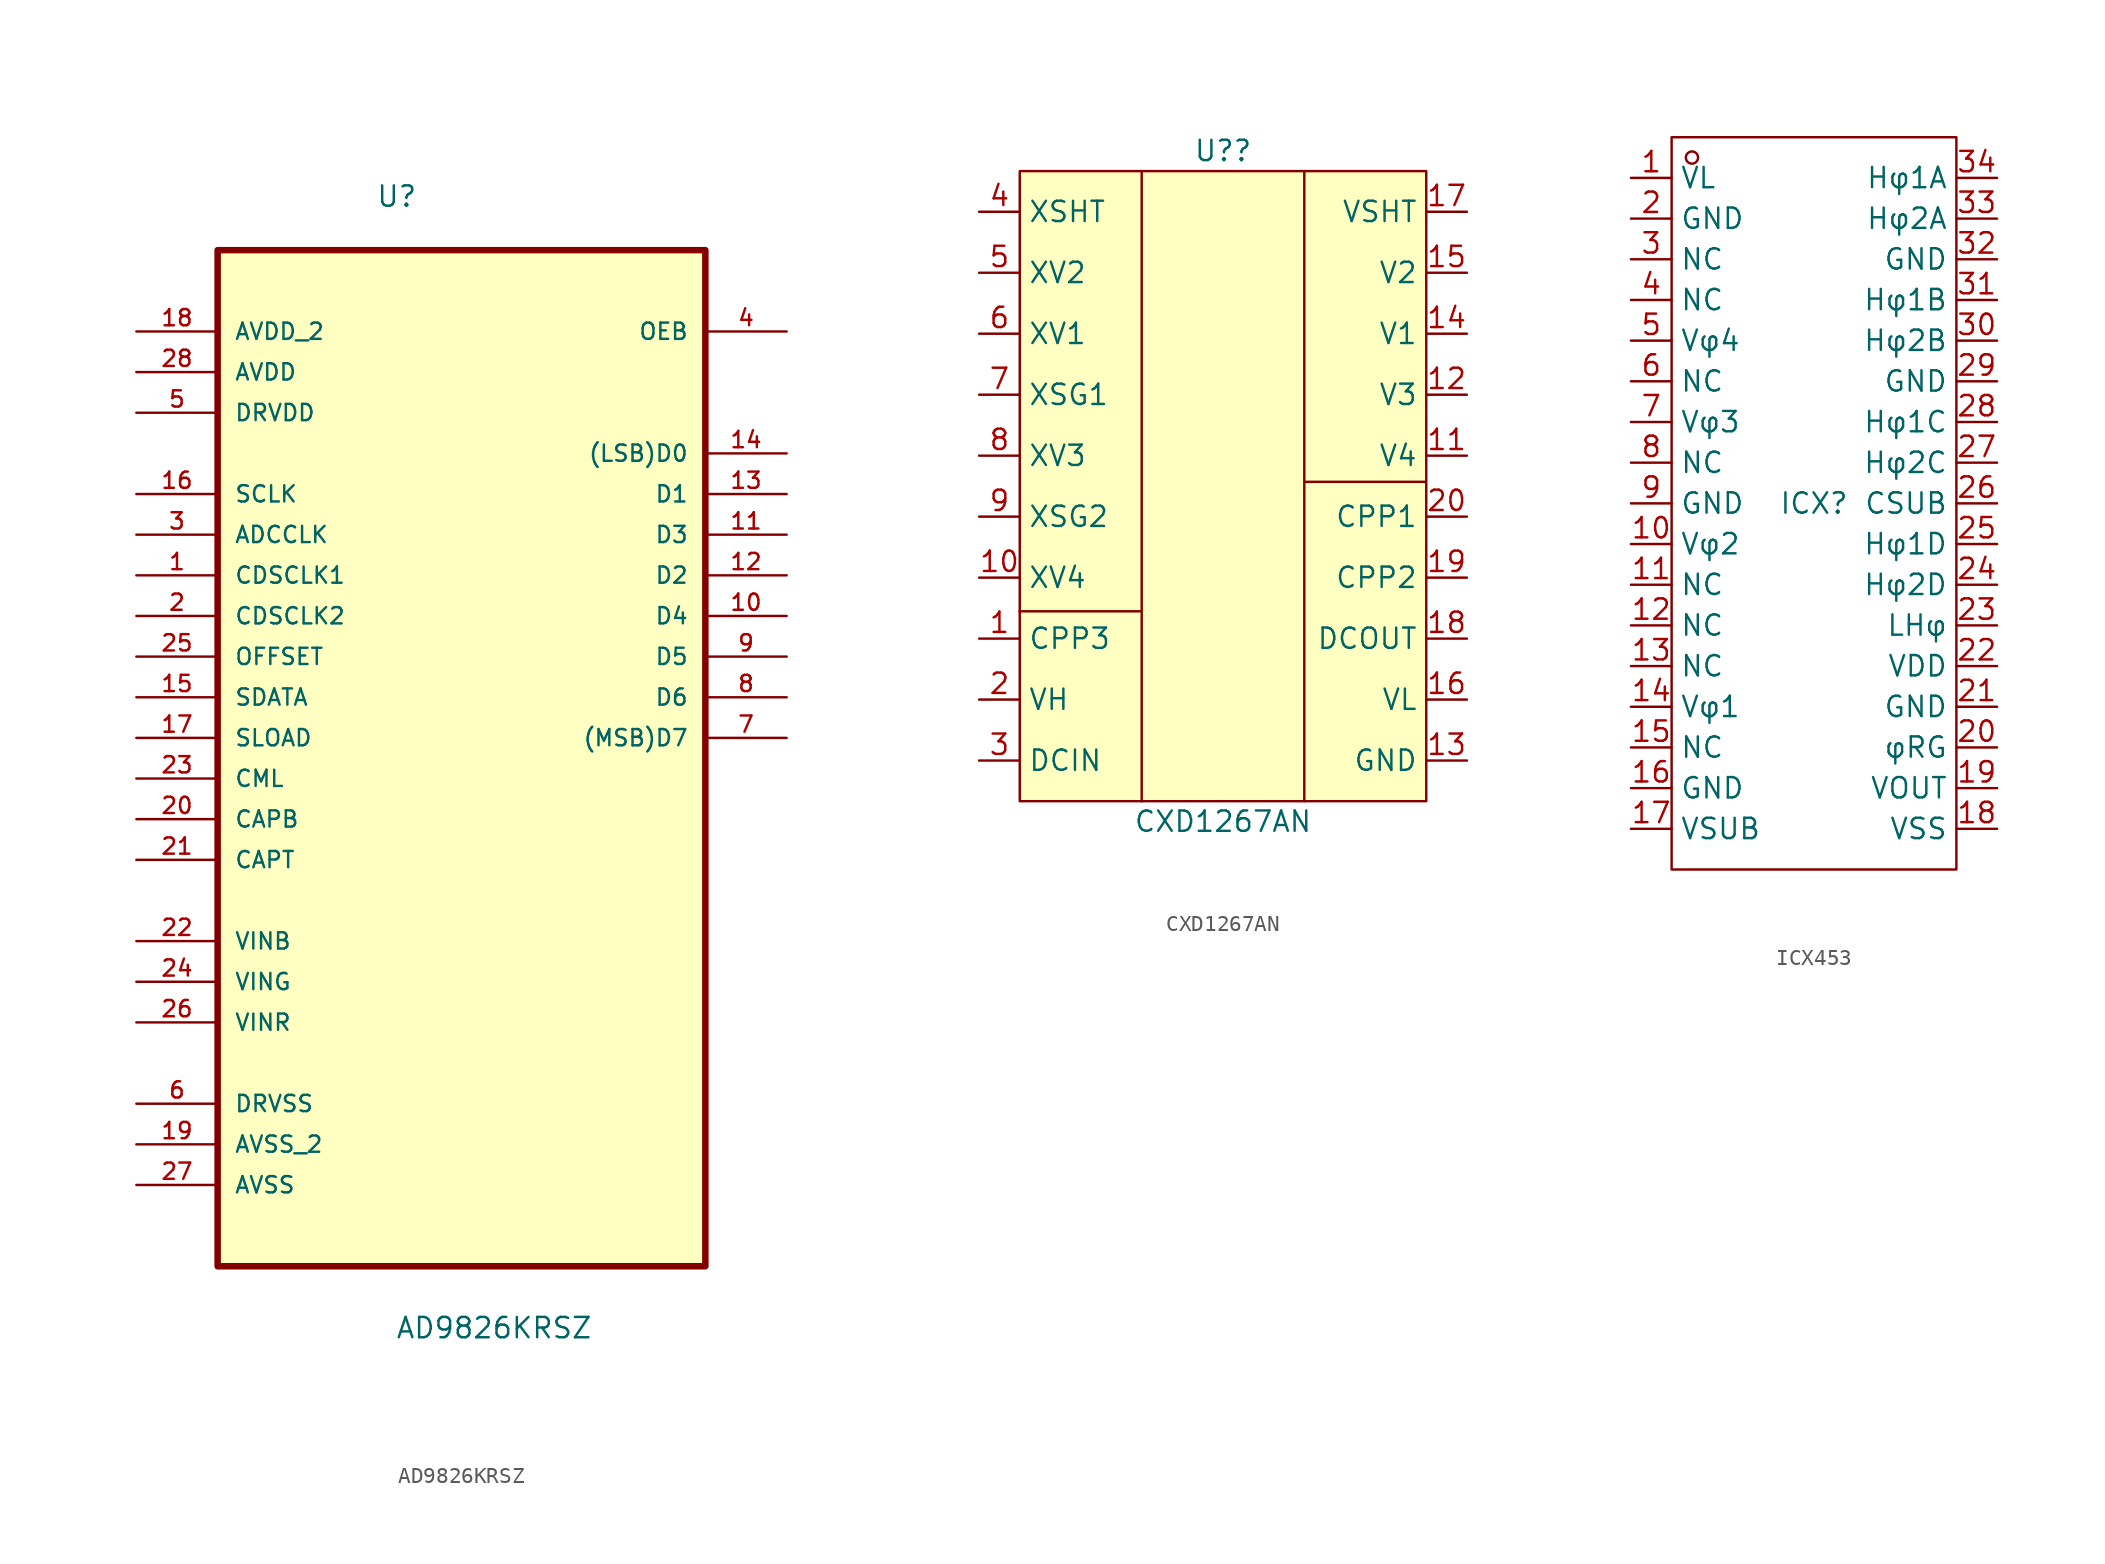
<source format=kicad_sym>
(kicad_symbol_lib
  (version 20231120)
  (generator "kicad_symbol_editor")
  (generator_version "8.0")
  (symbol "AD9826KRSZ"
    (pin_names
      (offset 1.016))
    (property "Reference" "U"
      (at -5.359 30.556 0)
      (effects (font (size 1.27 1.27)) (justify left bottom)))
    (property "Value" "AD9826KRSZ"
      (at -4.14 -40.157 0)
      (effects (font (size 1.27 1.27)) (justify left bottom)))
    (symbol "AD9826KRSZ_0_0"
      (rectangle (start -15.24 -35.56) (end 15.24 27.94) (stroke (width 0.406) (type default)) (fill (type background)))
      (pin input line (at -20.32 7.62 0) (length 5.08) (name "CDSCLK1" (effects (font (size 1.016 1.016)))) (number "1" (effects (font (size 1.016 1.016)))))
      (pin output line (at 20.32 5.08 180) (length 5.08) (name "D4" (effects (font (size 1.016 1.016)))) (number "10" (effects (font (size 1.016 1.016)))))
      (pin output line (at 20.32 10.16 180) (length 5.08) (name "D3" (effects (font (size 1.016 1.016)))) (number "11" (effects (font (size 1.016 1.016)))))
      (pin output line (at 20.32 7.62 180) (length 5.08) (name "D2" (effects (font (size 1.016 1.016)))) (number "12" (effects (font (size 1.016 1.016)))))
      (pin output line (at 20.32 12.7 180) (length 5.08) (name "D1" (effects (font (size 1.016 1.016)))) (number "13" (effects (font (size 1.016 1.016)))))
      (pin output line (at 20.32 15.24 180) (length 5.08) (name "(LSB)D0" (effects (font (size 1.016 1.016)))) (number "14" (effects (font (size 1.016 1.016)))))
      (pin bidirectional line (at -20.32 0 0) (length 5.08) (name "SDATA" (effects (font (size 1.016 1.016)))) (number "15" (effects (font (size 1.016 1.016)))))
      (pin input line (at -20.32 12.7 0) (length 5.08) (name "SCLK" (effects (font (size 1.016 1.016)))) (number "16" (effects (font (size 1.016 1.016)))))
      (pin input line (at -20.32 -2.54 0) (length 5.08) (name "SLOAD" (effects (font (size 1.016 1.016)))) (number "17" (effects (font (size 1.016 1.016)))))
      (pin input line (at -20.32 22.86 0) (length 5.08) (name "AVDD_2" (effects (font (size 1.016 1.016)))) (number "18" (effects (font (size 1.016 1.016)))))
      (pin input line (at -20.32 -27.94 0) (length 5.08) (name "AVSS_2" (effects (font (size 1.016 1.016)))) (number "19" (effects (font (size 1.016 1.016)))))
      (pin input line (at -20.32 5.08 0) (length 5.08) (name "CDSCLK2" (effects (font (size 1.016 1.016)))) (number "2" (effects (font (size 1.016 1.016)))))
      (pin input line (at -20.32 -7.62 0) (length 5.08) (name "CAPB" (effects (font (size 1.016 1.016)))) (number "20" (effects (font (size 1.016 1.016)))))
      (pin input line (at -20.32 -10.16 0) (length 5.08) (name "CAPT" (effects (font (size 1.016 1.016)))) (number "21" (effects (font (size 1.016 1.016)))))
      (pin input line (at -20.32 -15.24 0) (length 5.08) (name "VINB" (effects (font (size 1.016 1.016)))) (number "22" (effects (font (size 1.016 1.016)))))
      (pin input line (at -20.32 -5.08 0) (length 5.08) (name "CML" (effects (font (size 1.016 1.016)))) (number "23" (effects (font (size 1.016 1.016)))))
      (pin input line (at -20.32 -17.78 0) (length 5.08) (name "VING" (effects (font (size 1.016 1.016)))) (number "24" (effects (font (size 1.016 1.016)))))
      (pin input line (at -20.32 2.54 0) (length 5.08) (name "OFFSET" (effects (font (size 1.016 1.016)))) (number "25" (effects (font (size 1.016 1.016)))))
      (pin input line (at -20.32 -20.32 0) (length 5.08) (name "VINR" (effects (font (size 1.016 1.016)))) (number "26" (effects (font (size 1.016 1.016)))))
      (pin input line (at -20.32 -30.48 0) (length 5.08) (name "AVSS" (effects (font (size 1.016 1.016)))) (number "27" (effects (font (size 1.016 1.016)))))
      (pin power_in line (at -20.32 20.32 0) (length 5.08) (name "AVDD" (effects (font (size 1.016 1.016)))) (number "28" (effects (font (size 1.016 1.016)))))
      (pin input line (at -20.32 10.16 0) (length 5.08) (name "ADCCLK" (effects (font (size 1.016 1.016)))) (number "3" (effects (font (size 1.016 1.016)))))
      (pin output line (at 20.32 22.86 180) (length 5.08) (name "OEB" (effects (font (size 1.016 1.016)))) (number "4" (effects (font (size 1.016 1.016)))))
      (pin power_in line (at -20.32 17.78 0) (length 5.08) (name "DRVDD" (effects (font (size 1.016 1.016)))) (number "5" (effects (font (size 1.016 1.016)))))
      (pin input line (at -20.32 -25.4 0) (length 5.08) (name "DRVSS" (effects (font (size 1.016 1.016)))) (number "6" (effects (font (size 1.016 1.016)))))
      (pin output line (at 20.32 -2.54 180) (length 5.08) (name "(MSB)D7" (effects (font (size 1.016 1.016)))) (number "7" (effects (font (size 1.016 1.016)))))
      (pin output line (at 20.32 0 180) (length 5.08) (name "D6" (effects (font (size 1.016 1.016)))) (number "8" (effects (font (size 1.016 1.016)))))
      (pin output line (at 20.32 2.54 180) (length 5.08) (name "D5" (effects (font (size 1.016 1.016)))) (number "9" (effects (font (size 1.016 1.016)))))))
  (symbol "CXD1267AN"
    (property "Reference" "U?"
      (at 0 21.59 0)
      (effects (font (size 1.27 1.27))))
    (property "Value" "CXD1267AN"
      (at 0 -20.32 0)
      (effects (font (size 1.27 1.27))))
    (symbol "CXD1267AN_0_1"
      (rectangle (start -12.7 20.32) (end 12.7 -19.05) (stroke (width 0) (type default)) (fill (type background)))
      (polyline (pts (xy -12.719 -7.184) (xy -5.174 -7.184)) (stroke (width 0) (type default)) (fill (type none)))
      (polyline (pts (xy -5.08 20.32) (xy -5.08 -19.05)) (stroke (width 0) (type default)) (fill (type none)))
      (polyline (pts (xy 5.08 20.32) (xy 5.08 -19.05)) (stroke (width 0) (type default)) (fill (type none)))
      (polyline (pts (xy 5.116 0.906) (xy 12.645 0.905)) (stroke (width 0) (type default)) (fill (type none))))
    (symbol "CXD1267AN_1_1"
      (pin output line (at -15.24 -8.89 0) (length 2.54) (name "CPP3" (effects (font (size 1.27 1.27)))) (number "1" (effects (font (size 1.27 1.27)))))
      (pin input line (at -15.24 -5.08 0) (length 2.54) (name "XV4" (effects (font (size 1.27 1.27)))) (number "10" (effects (font (size 1.27 1.27)))))
      (pin output line (at 15.24 2.54 180) (length 2.54) (name "V4" (effects (font (size 1.27 1.27)))) (number "11" (effects (font (size 1.27 1.27)))))
      (pin output line (at 15.24 6.35 180) (length 2.54) (name "V3" (effects (font (size 1.27 1.27)))) (number "12" (effects (font (size 1.27 1.27)))))
      (pin power_in line (at 15.24 -16.51 180) (length 2.54) (name "GND" (effects (font (size 1.27 1.27)))) (number "13" (effects (font (size 1.27 1.27)))))
      (pin output line (at 15.24 10.16 180) (length 2.54) (name "V1" (effects (font (size 1.27 1.27)))) (number "14" (effects (font (size 1.27 1.27)))))
      (pin output line (at 15.24 13.97 180) (length 2.54) (name "V2" (effects (font (size 1.27 1.27)))) (number "15" (effects (font (size 1.27 1.27)))))
      (pin power_in line (at 15.24 -12.7 180) (length 2.54) (name "VL" (effects (font (size 1.27 1.27)))) (number "16" (effects (font (size 1.27 1.27)))))
      (pin output line (at 15.24 17.78 180) (length 2.54) (name "VSHT" (effects (font (size 1.27 1.27)))) (number "17" (effects (font (size 1.27 1.27)))))
      (pin output line (at 15.24 -8.89 180) (length 2.54) (name "DCOUT" (effects (font (size 1.27 1.27)))) (number "18" (effects (font (size 1.27 1.27)))))
      (pin unspecified line (at 15.24 -5.08 180) (length 2.54) (name "CPP2" (effects (font (size 1.27 1.27)))) (number "19" (effects (font (size 1.27 1.27)))))
      (pin power_in line (at -15.24 -12.7 0) (length 2.54) (name "VH" (effects (font (size 1.27 1.27)))) (number "2" (effects (font (size 1.27 1.27)))))
      (pin unspecified line (at 15.24 -1.27 180) (length 2.54) (name "CPP1" (effects (font (size 1.27 1.27)))) (number "20" (effects (font (size 1.27 1.27)))))
      (pin input line (at -15.24 -16.51 0) (length 2.54) (name "DCIN" (effects (font (size 1.27 1.27)))) (number "3" (effects (font (size 1.27 1.27)))))
      (pin input line (at -15.24 17.78 0) (length 2.54) (name "XSHT" (effects (font (size 1.27 1.27)))) (number "4" (effects (font (size 1.27 1.27)))))
      (pin input line (at -15.24 13.97 0) (length 2.54) (name "XV2" (effects (font (size 1.27 1.27)))) (number "5" (effects (font (size 1.27 1.27)))))
      (pin input line (at -15.24 10.16 0) (length 2.54) (name "XV1" (effects (font (size 1.27 1.27)))) (number "6" (effects (font (size 1.27 1.27)))))
      (pin input line (at -15.24 6.35 0) (length 2.54) (name "XSG1" (effects (font (size 1.27 1.27)))) (number "7" (effects (font (size 1.27 1.27)))))
      (pin input line (at -15.24 2.54 0) (length 2.54) (name "XV3" (effects (font (size 1.27 1.27)))) (number "8" (effects (font (size 1.27 1.27)))))
      (pin input line (at -15.24 -1.27 0) (length 2.54) (name "XSG2" (effects (font (size 1.27 1.27)))) (number "9" (effects (font (size 1.27 1.27)))))))
  (symbol "ICX453"
    (property "Reference" "ICX"
      (at 0 0 0)
      (effects (font (size 1.27 1.27))))
    (property "Value" ""
      (at 0 0 0)
      (effects (font (size 1.27 1.27))))
    (symbol "ICX453_1_0"
      (rectangle (start -8.89 -22.86) (end 8.89 22.86) (stroke (width 0) (type default)) (fill (type none)))
      (circle (center -7.62 21.59) (radius 0.381) (stroke (width 0) (type default)) (fill (type none)))
      (pin input line (at -11.43 20.32 0) (length 2.54) (name "VL" (effects (font (size 1.27 1.27)))) (number "1" (effects (font (size 1.27 1.27)))))
      (pin input line (at -11.43 -2.54 0) (length 2.54) (name "Vφ2" (effects (font (size 1.27 1.27)))) (number "10" (effects (font (size 1.27 1.27)))))
      (pin input line (at -11.43 -5.08 0) (length 2.54) (name "NC" (effects (font (size 1.27 1.27)))) (number "11" (effects (font (size 1.27 1.27)))))
      (pin input line (at -11.43 -7.62 0) (length 2.54) (name "NC" (effects (font (size 1.27 1.27)))) (number "12" (effects (font (size 1.27 1.27)))))
      (pin input line (at -11.43 -10.16 0) (length 2.54) (name "NC" (effects (font (size 1.27 1.27)))) (number "13" (effects (font (size 1.27 1.27)))))
      (pin input line (at -11.43 -12.7 0) (length 2.54) (name "Vφ1" (effects (font (size 1.27 1.27)))) (number "14" (effects (font (size 1.27 1.27)))))
      (pin input line (at -11.43 -15.24 0) (length 2.54) (name "NC" (effects (font (size 1.27 1.27)))) (number "15" (effects (font (size 1.27 1.27)))))
      (pin input line (at -11.43 -17.78 0) (length 2.54) (name "GND" (effects (font (size 1.27 1.27)))) (number "16" (effects (font (size 1.27 1.27)))))
      (pin input line (at -11.43 -20.32 0) (length 2.54) (name "VSUB" (effects (font (size 1.27 1.27)))) (number "17" (effects (font (size 1.27 1.27)))))
      (pin input line (at 11.43 -20.32 180) (length 2.54) (name "VSS" (effects (font (size 1.27 1.27)))) (number "18" (effects (font (size 1.27 1.27)))))
      (pin input line (at 11.43 -17.78 180) (length 2.54) (name "VOUT" (effects (font (size 1.27 1.27)))) (number "19" (effects (font (size 1.27 1.27)))))
      (pin input line (at -11.43 17.78 0) (length 2.54) (name "GND" (effects (font (size 1.27 1.27)))) (number "2" (effects (font (size 1.27 1.27)))))
      (pin input line (at 11.43 -15.24 180) (length 2.54) (name "φRG" (effects (font (size 1.27 1.27)))) (number "20" (effects (font (size 1.27 1.27)))))
      (pin input line (at 11.43 -12.7 180) (length 2.54) (name "GND" (effects (font (size 1.27 1.27)))) (number "21" (effects (font (size 1.27 1.27)))))
      (pin input line (at 11.43 -10.16 180) (length 2.54) (name "VDD" (effects (font (size 1.27 1.27)))) (number "22" (effects (font (size 1.27 1.27)))))
      (pin input line (at 11.43 -7.62 180) (length 2.54) (name "LHφ" (effects (font (size 1.27 1.27)))) (number "23" (effects (font (size 1.27 1.27)))))
      (pin input line (at 11.43 -5.08 180) (length 2.54) (name "Hφ2D" (effects (font (size 1.27 1.27)))) (number "24" (effects (font (size 1.27 1.27)))))
      (pin input line (at 11.43 -2.54 180) (length 2.54) (name "Hφ1D" (effects (font (size 1.27 1.27)))) (number "25" (effects (font (size 1.27 1.27)))))
      (pin input line (at 11.43 0 180) (length 2.54) (name "CSUB" (effects (font (size 1.27 1.27)))) (number "26" (effects (font (size 1.27 1.27)))))
      (pin input line (at 11.43 2.54 180) (length 2.54) (name "Hφ2C" (effects (font (size 1.27 1.27)))) (number "27" (effects (font (size 1.27 1.27)))))
      (pin input line (at 11.43 5.08 180) (length 2.54) (name "Hφ1C" (effects (font (size 1.27 1.27)))) (number "28" (effects (font (size 1.27 1.27)))))
      (pin input line (at 11.43 7.62 180) (length 2.54) (name "GND" (effects (font (size 1.27 1.27)))) (number "29" (effects (font (size 1.27 1.27)))))
      (pin input line (at -11.43 15.24 0) (length 2.54) (name "NC" (effects (font (size 1.27 1.27)))) (number "3" (effects (font (size 1.27 1.27)))))
      (pin input line (at 11.43 10.16 180) (length 2.54) (name "Hφ2B" (effects (font (size 1.27 1.27)))) (number "30" (effects (font (size 1.27 1.27)))))
      (pin input line (at 11.43 12.7 180) (length 2.54) (name "Hφ1B" (effects (font (size 1.27 1.27)))) (number "31" (effects (font (size 1.27 1.27)))))
      (pin input line (at 11.43 15.24 180) (length 2.54) (name "GND" (effects (font (size 1.27 1.27)))) (number "32" (effects (font (size 1.27 1.27)))))
      (pin input line (at 11.43 17.78 180) (length 2.54) (name "Hφ2A" (effects (font (size 1.27 1.27)))) (number "33" (effects (font (size 1.27 1.27)))))
      (pin input line (at 11.43 20.32 180) (length 2.54) (name "Hφ1A" (effects (font (size 1.27 1.27)))) (number "34" (effects (font (size 1.27 1.27)))))
      (pin input line (at -11.43 12.7 0) (length 2.54) (name "NC" (effects (font (size 1.27 1.27)))) (number "4" (effects (font (size 1.27 1.27)))))
      (pin input line (at -11.43 10.16 0) (length 2.54) (name "Vφ4" (effects (font (size 1.27 1.27)))) (number "5" (effects (font (size 1.27 1.27)))))
      (pin input line (at -11.43 7.62 0) (length 2.54) (name "NC" (effects (font (size 1.27 1.27)))) (number "6" (effects (font (size 1.27 1.27)))))
      (pin input line (at -11.43 5.08 0) (length 2.54) (name "Vφ3" (effects (font (size 1.27 1.27)))) (number "7" (effects (font (size 1.27 1.27)))))
      (pin input line (at -11.43 2.54 0) (length 2.54) (name "NC" (effects (font (size 1.27 1.27)))) (number "8" (effects (font (size 1.27 1.27)))))
      (pin input line (at -11.43 0 0) (length 2.54) (name "GND" (effects (font (size 1.27 1.27)))) (number "9" (effects (font (size 1.27 1.27))))))))
</source>
